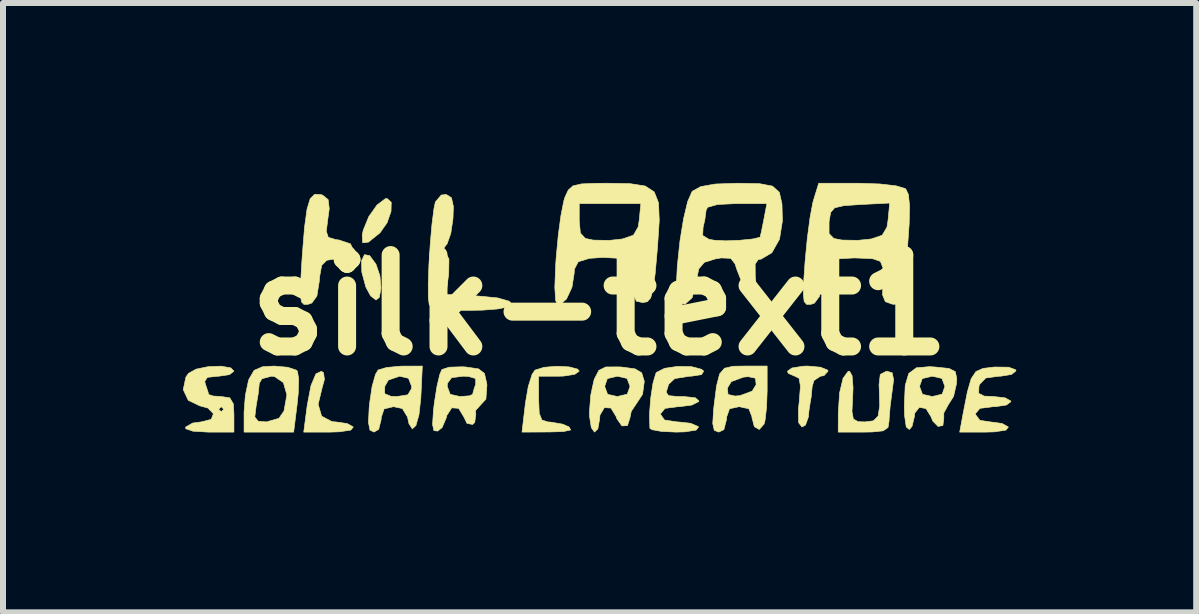
<source format=kicad_pcb>
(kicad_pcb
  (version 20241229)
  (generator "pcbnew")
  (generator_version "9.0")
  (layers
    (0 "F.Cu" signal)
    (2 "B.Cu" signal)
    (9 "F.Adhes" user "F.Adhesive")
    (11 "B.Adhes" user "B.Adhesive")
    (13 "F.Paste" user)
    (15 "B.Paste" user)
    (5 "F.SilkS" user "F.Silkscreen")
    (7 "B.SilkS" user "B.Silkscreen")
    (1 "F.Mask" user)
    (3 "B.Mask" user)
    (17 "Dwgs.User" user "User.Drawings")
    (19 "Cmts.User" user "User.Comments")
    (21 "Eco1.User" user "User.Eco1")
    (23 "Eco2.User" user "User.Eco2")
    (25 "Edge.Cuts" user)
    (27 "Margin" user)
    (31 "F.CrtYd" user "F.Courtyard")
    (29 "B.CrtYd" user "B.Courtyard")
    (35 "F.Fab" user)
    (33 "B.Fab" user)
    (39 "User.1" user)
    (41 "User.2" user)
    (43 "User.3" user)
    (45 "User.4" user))
  (footprint "silk-text1"
    (layer "F.Cu")
    (at 6.946 2.037)
    (property "Reference" "silk-text1" (at 0 0 0) (layer "F.SilkS") (effects (font (size 1.524 1.524) (thickness 0.3))))
    (attr through_hole)
    (fp_poly (pts (xy -3.834 -0.826) (xy -3.728 -0.683) (xy -3.662 -0.489) (xy -3.644 -0.284) (xy -3.672 -0.129) (xy -3.727 -0.085) (xy -3.818 -0.155) (xy -3.897 -0.302) (xy -3.964 -0.551) (xy -3.968 -0.74) (xy -3.92 -0.841) (xy -3.834 -0.826)) (stroke (width 0.01) (type solid)) (fill yes) (layer "F.SilkS"))
    (fp_poly (pts (xy -3.473 -1.714) (xy -3.477 -1.561) (xy -3.543 -1.373) (xy -3.659 -1.208) (xy -3.667 -1.2) (xy -3.854 -1.05) (xy -3.949 -1.039) (xy -3.957 -1.168) (xy -3.94 -1.249) (xy -3.847 -1.476) (xy -3.711 -1.669) (xy -3.573 -1.773) (xy -3.543 -1.778) (xy -3.473 -1.714)) (stroke (width 0.01) (type solid)) (fill yes) (layer "F.SilkS"))
    (fp_poly (pts (xy -4.602 1.127) (xy -4.587 1.24) (xy -4.625 1.375) (xy -4.692 1.654) (xy -4.634 1.851) (xy -4.461 1.943) (xy -4.402 1.947) (xy -4.208 1.974) (xy -4.106 2.032) (xy -4.149 2.084) (xy -4.338 2.112) (xy -4.493 2.117) (xy -4.932 2.117) (xy -4.874 1.672) (xy -4.811 1.341) (xy -4.729 1.146) (xy -4.637 1.103) (xy -4.602 1.127)) (stroke (width 0.01) (type solid)) (fill yes) (layer "F.SilkS"))
    (fp_poly (pts (xy -0.507 1.03) (xy -0.365 1.067) (xy -0.339 1.101) (xy -0.414 1.154) (xy -0.601 1.183) (xy -0.677 1.185) (xy -1.016 1.185) (xy -1.016 1.566) (xy -1.006 1.803) (xy -0.962 1.915) (xy -0.861 1.948) (xy -0.826 1.949) (xy -0.613 1.985) (xy -0.508 2.032) (xy -0.482 2.081) (xy -0.603 2.108) (xy -0.837 2.115) (xy -1.293 2.117) (xy -1.236 1.633) (xy -1.189 1.359) (xy -1.125 1.155) (xy -1.077 1.084) (xy -0.926 1.037) (xy -0.715 1.019) (xy -0.507 1.03)) (stroke (width 0.01) (type solid)) (fill yes) (layer "F.SilkS"))
    (fp_poly (pts (xy 3.683 1.035) (xy 3.801 1.082) (xy 3.81 1.101) (xy 3.741 1.176) (xy 3.683 1.185) (xy 3.575 1.256) (xy 3.545 1.355) (xy 3.527 1.538) (xy 3.514 1.609) (xy 3.491 1.76) (xy 3.482 1.863) (xy 3.433 2) (xy 3.375 2.032) (xy 3.319 1.961) (xy 3.315 1.742) (xy 3.329 1.609) (xy 3.349 1.35) (xy 3.327 1.221) (xy 3.257 1.185) (xy 3.256 1.185) (xy 3.146 1.138) (xy 3.133 1.101) (xy 3.208 1.048) (xy 3.395 1.018) (xy 3.471 1.016) (xy 3.683 1.035)) (stroke (width 0.01) (type solid)) (fill yes) (layer "F.SilkS"))
    (fp_poly (pts (xy -4.645 -1.843) (xy -4.613 -1.831) (xy -4.525 -1.759) (xy -4.507 -1.608) (xy -4.529 -1.445) (xy -4.556 -1.231) (xy -4.523 -1.131) (xy -4.403 -1.093) (xy -4.346 -1.086) (xy -4.153 -1.022) (xy -4.106 -0.921) (xy -4.198 -0.824) (xy -4.377 -0.778) (xy -4.549 -0.747) (xy -4.633 -0.663) (xy -4.667 -0.476) (xy -4.673 -0.398) (xy -4.713 -0.152) (xy -4.796 -0.036) (xy -4.857 -0.014) (xy -4.927 -0.011) (xy -4.969 -0.053) (xy -4.987 -0.17) (xy -4.983 -0.391) (xy -4.962 -0.743) (xy -4.954 -0.86) (xy -4.918 -1.304) (xy -4.877 -1.601) (xy -4.824 -1.775) (xy -4.749 -1.848) (xy -4.645 -1.843)) (stroke (width 0.01) (type solid)) (fill yes) (layer "F.SilkS"))
    (fp_poly (pts (xy -5.199 1.036) (xy -5.053 1.085) (xy -5.037 1.102) (xy -5.017 1.229) (xy -5.023 1.463) (xy -5.042 1.652) (xy -5.1 2.117) (xy -5.927 2.117) (xy -5.927 1.865) (xy -5.748 1.865) (xy -5.691 1.936) (xy -5.554 1.947) (xy -5.345 1.887) (xy -5.261 1.765) (xy -5.213 1.496) (xy -5.271 1.292) (xy -5.42 1.19) (xy -5.471 1.185) (xy -5.628 1.227) (xy -5.673 1.302) (xy -5.689 1.464) (xy -5.726 1.683) (xy -5.748 1.865) (xy -5.927 1.865) (xy -5.927 1.784) (xy -5.905 1.503) (xy -5.853 1.257) (xy -5.844 1.233) (xy -5.76 1.088) (xy -5.618 1.027) (xy -5.426 1.016) (xy -5.199 1.036)) (stroke (width 0.01) (type solid)) (fill yes) (layer "F.SilkS"))
    (fp_poly (pts (xy 4.879 1.129) (xy 4.902 1.243) (xy 4.88 1.418) (xy 4.845 1.683) (xy 4.827 1.908) (xy 4.827 1.926) (xy 4.809 2.04) (xy 4.728 2.096) (xy 4.542 2.115) (xy 4.403 2.117) (xy 3.979 2.117) (xy 3.98 1.799) (xy 4.002 1.461) (xy 4.06 1.219) (xy 4.144 1.105) (xy 4.167 1.101) (xy 4.21 1.177) (xy 4.226 1.376) (xy 4.22 1.524) (xy 4.208 1.774) (xy 4.231 1.899) (xy 4.31 1.943) (xy 4.424 1.947) (xy 4.566 1.929) (xy 4.644 1.85) (xy 4.671 1.677) (xy 4.662 1.374) (xy 4.659 1.333) (xy 4.68 1.155) (xy 4.785 1.101) (xy 4.788 1.101) (xy 4.879 1.129)) (stroke (width 0.01) (type solid)) (fill yes) (layer "F.SilkS"))
    (fp_poly (pts (xy -2.469 -1.79) (xy -2.437 -1.643) (xy -2.444 -1.439) (xy -2.481 -1.193) (xy -2.542 -1.022) (xy -2.569 -0.988) (xy -2.622 -0.915) (xy -2.57 -0.878) (xy -2.511 -0.767) (xy -2.515 -0.526) (xy -2.517 -0.508) (xy -2.561 -0.178) (xy -2.028 -0.152) (xy -1.703 -0.121) (xy -1.507 -0.065) (xy -1.46 -0.021) (xy -1.518 0.029) (xy -1.699 0.064) (xy -1.956 0.084) (xy -2.245 0.088) (xy -2.518 0.075) (xy -2.732 0.045) (xy -2.838 -0.003) (xy -2.839 -0.004) (xy -2.855 -0.121) (xy -2.856 -0.359) (xy -2.845 -0.673) (xy -2.823 -1.016) (xy -2.795 -1.341) (xy -2.762 -1.601) (xy -2.738 -1.719) (xy -2.64 -1.835) (xy -2.556 -1.845) (xy -2.469 -1.79)) (stroke (width 0.01) (type solid)) (fill yes) (layer "F.SilkS"))
    (fp_poly (pts (xy 6.819 1.035) (xy 6.936 1.077) (xy 6.943 1.096) (xy 6.868 1.156) (xy 6.687 1.185) (xy 6.656 1.185) (xy 6.439 1.215) (xy 6.337 1.319) (xy 6.325 1.355) (xy 6.32 1.47) (xy 6.413 1.517) (xy 6.57 1.524) (xy 6.762 1.546) (xy 6.856 1.599) (xy 6.858 1.609) (xy 6.784 1.665) (xy 6.601 1.693) (xy 6.562 1.693) (xy 6.342 1.721) (xy 6.266 1.809) (xy 6.265 1.82) (xy 6.341 1.921) (xy 6.514 1.947) (xy 6.71 1.973) (xy 6.816 2.032) (xy 6.774 2.084) (xy 6.584 2.113) (xy 6.436 2.117) (xy 6.004 2.117) (xy 6.063 1.799) (xy 6.132 1.447) (xy 6.195 1.228) (xy 6.275 1.108) (xy 6.393 1.055) (xy 6.575 1.033) (xy 6.588 1.032) (xy 6.819 1.035)) (stroke (width 0.01) (type solid)) (fill yes) (layer "F.SilkS"))
    (fp_poly (pts (xy -2.98 1.545) (xy -3.011 1.828) (xy -3.062 2.007) (xy -3.121 2.063) (xy -3.177 1.979) (xy -3.202 1.866) (xy -3.288 1.724) (xy -3.435 1.693) (xy -3.592 1.73) (xy -3.64 1.871) (xy -3.641 1.905) (xy -3.683 2.072) (xy -3.762 2.117) (xy -3.828 2.083) (xy -3.853 1.958) (xy -3.841 1.709) (xy -3.833 1.63) (xy -3.81 1.476) (xy -3.584 1.476) (xy -3.478 1.52) (xy -3.379 1.524) (xy -3.196 1.495) (xy -3.134 1.39) (xy -3.133 1.355) (xy -3.185 1.22) (xy -3.334 1.185) (xy -3.521 1.249) (xy -3.581 1.355) (xy -3.584 1.476) (xy -3.81 1.476) (xy -3.792 1.355) (xy -3.735 1.152) (xy -3.691 1.081) (xy -3.551 1.04) (xy -3.323 1.018) (xy -3.277 1.017) (xy -2.955 1.016) (xy -2.98 1.545)) (stroke (width 0.01) (type solid)) (fill yes) (layer "F.SilkS"))
    (fp_poly (pts (xy 5.596 1.032) (xy 5.827 1.056) (xy 5.931 1.109) (xy 5.955 1.224) (xy 5.95 1.312) (xy 5.902 1.522) (xy 5.82 1.65) (xy 5.739 1.798) (xy 5.739 1.884) (xy 5.724 2.008) (xy 5.643 2.022) (xy 5.554 1.932) (xy 5.528 1.863) (xy 5.442 1.725) (xy 5.331 1.704) (xy 5.255 1.8) (xy 5.249 1.858) (xy 5.21 2.02) (xy 5.165 2.074) (xy 5.113 2.032) (xy 5.085 1.841) (xy 5.081 1.677) (xy 5.095 1.355) (xy 5.334 1.355) (xy 5.384 1.487) (xy 5.546 1.524) (xy 5.712 1.484) (xy 5.757 1.355) (xy 5.708 1.222) (xy 5.546 1.185) (xy 5.38 1.225) (xy 5.334 1.355) (xy 5.095 1.355) (xy 5.096 1.339) (xy 5.155 1.139) (xy 5.282 1.045) (xy 5.501 1.026) (xy 5.596 1.032)) (stroke (width 0.01) (type solid)) (fill yes) (layer "F.SilkS"))
    (fp_poly (pts (xy 2.794 1.432) (xy 2.784 1.705) (xy 2.759 1.921) (xy 2.743 1.982) (xy 2.663 2.073) (xy 2.581 2.028) (xy 2.54 1.872) (xy 2.54 1.858) (xy 2.488 1.728) (xy 2.328 1.693) (xy 2.167 1.728) (xy 2.118 1.866) (xy 2.117 1.905) (xy 2.072 2.076) (xy 1.987 2.117) (xy 1.913 2.088) (xy 1.887 1.976) (xy 1.901 1.743) (xy 1.909 1.672) (xy 1.946 1.382) (xy 2.131 1.382) (xy 2.142 1.49) (xy 2.26 1.516) (xy 2.341 1.509) (xy 2.544 1.434) (xy 2.61 1.327) (xy 2.6 1.219) (xy 2.481 1.193) (xy 2.4 1.2) (xy 2.197 1.275) (xy 2.131 1.382) (xy 1.946 1.382) (xy 1.951 1.344) (xy 2.001 1.148) (xy 2.083 1.052) (xy 2.226 1.019) (xy 2.41 1.016) (xy 2.794 1.016) (xy 2.794 1.432)) (stroke (width 0.01) (type solid)) (fill yes) (layer "F.SilkS"))
    (fp_poly (pts (xy 0.36 1.032) (xy 0.59 1.062) (xy 0.702 1.128) (xy 0.743 1.261) (xy 0.745 1.277) (xy 0.717 1.486) (xy 0.639 1.605) (xy 0.528 1.772) (xy 0.508 1.873) (xy 0.465 2.009) (xy 0.373 2.014) (xy 0.287 1.892) (xy 0.279 1.863) (xy 0.19 1.716) (xy 0.08 1.709) (xy 0.006 1.834) (xy 0 1.905) (xy -0.029 2.064) (xy -0.085 2.117) (xy -0.138 2.042) (xy -0.167 1.855) (xy -0.169 1.784) (xy -0.147 1.501) (xy -0.116 1.355) (xy 0.085 1.355) (xy 0.134 1.487) (xy 0.296 1.524) (xy 0.462 1.484) (xy 0.508 1.355) (xy 0.458 1.222) (xy 0.296 1.185) (xy 0.13 1.225) (xy 0.085 1.355) (xy -0.116 1.355) (xy -0.093 1.252) (xy -0.085 1.228) (xy -0.012 1.088) (xy 0.104 1.031) (xy 0.319 1.03) (xy 0.36 1.032)) (stroke (width 0.01) (type solid)) (fill yes) (layer "F.SilkS"))
    (fp_poly (pts (xy -6.149 1.046) (xy -6.096 1.101) (xy -6.17 1.159) (xy -6.348 1.185) (xy -6.359 1.185) (xy -6.539 1.204) (xy -6.583 1.274) (xy -6.571 1.319) (xy -6.526 1.454) (xy -6.519 1.489) (xy -6.447 1.515) (xy -6.308 1.524) (xy -6.165 1.546) (xy -6.106 1.646) (xy -6.096 1.82) (xy -6.096 2.117) (xy -6.524 2.117) (xy -6.779 2.102) (xy -6.899 2.061) (xy -6.9 2.032) (xy -6.784 1.966) (xy -6.641 1.947) (xy -6.475 1.905) (xy -6.438 1.811) (xy -6.51 1.736) (xy -6.35 1.736) (xy -6.308 1.778) (xy -6.265 1.736) (xy -6.308 1.693) (xy -6.35 1.736) (xy -6.51 1.736) (xy -6.527 1.717) (xy -6.668 1.678) (xy -6.857 1.587) (xy -6.941 1.409) (xy -6.897 1.201) (xy -6.854 1.138) (xy -6.726 1.067) (xy -6.525 1.026) (xy -6.312 1.018) (xy -6.149 1.046)) (stroke (width 0.01) (type solid)) (fill yes) (layer "F.SilkS"))
    (fp_poly (pts (xy 1.534 1.026) (xy 1.701 1.07) (xy 1.736 1.101) (xy 1.7 1.159) (xy 1.529 1.185) (xy 1.496 1.185) (xy 1.252 1.225) (xy 1.152 1.319) (xy 1.111 1.452) (xy 1.15 1.509) (xy 1.307 1.524) (xy 1.402 1.524) (xy 1.595 1.544) (xy 1.656 1.597) (xy 1.651 1.609) (xy 1.538 1.666) (xy 1.333 1.693) (xy 1.307 1.693) (xy 1.09 1.722) (xy 1.016 1.812) (xy 1.016 1.82) (xy 1.081 1.915) (xy 1.289 1.947) (xy 1.307 1.947) (xy 1.518 1.97) (xy 1.645 2.025) (xy 1.651 2.032) (xy 1.609 2.084) (xy 1.42 2.113) (xy 1.275 2.117) (xy 1.03 2.105) (xy 0.871 2.076) (xy 0.839 2.053) (xy 0.832 1.828) (xy 0.852 1.556) (xy 0.89 1.304) (xy 0.938 1.14) (xy 0.949 1.122) (xy 1.085 1.053) (xy 1.304 1.021) (xy 1.534 1.026)) (stroke (width 0.01) (type solid)) (fill yes) (layer "F.SilkS"))
    (fp_poly (pts (xy -2.234 1.031) (xy -2.018 1.063) (xy -1.919 1.139) (xy -1.881 1.307) (xy -1.878 1.334) (xy -1.895 1.568) (xy -1.979 1.659) (xy -2.068 1.757) (xy -2.063 1.819) (xy -2.081 1.955) (xy -2.117 1.99) (xy -2.211 1.971) (xy -2.259 1.871) (xy -2.349 1.721) (xy -2.464 1.712) (xy -2.548 1.841) (xy -2.555 1.877) (xy -2.625 2.041) (xy -2.699 2.1) (xy -2.762 2.092) (xy -2.784 1.991) (xy -2.77 1.767) (xy -2.756 1.641) (xy -2.712 1.362) (xy -2.711 1.355) (xy -2.54 1.355) (xy -2.49 1.487) (xy -2.328 1.524) (xy -2.169 1.512) (xy -2.117 1.489) (xy -2.09 1.389) (xy -2.065 1.319) (xy -2.066 1.224) (xy -2.189 1.188) (xy -2.277 1.185) (xy -2.467 1.21) (xy -2.536 1.303) (xy -2.54 1.355) (xy -2.711 1.355) (xy -2.663 1.153) (xy -2.629 1.074) (xy -2.508 1.035) (xy -2.293 1.028) (xy -2.234 1.031)) (stroke (width 0.01) (type solid)) (fill yes) (layer "F.SilkS"))
    (fp_poly (pts (xy 0.51 -2.025) (xy 0.76 -1.986) (xy 0.911 -1.888) (xy 0.983 -1.706) (xy 0.995 -1.412) (xy 0.967 -0.98) (xy 0.961 -0.907) (xy 0.926 -0.516) (xy 0.892 -0.264) (xy 0.852 -0.121) (xy 0.797 -0.057) (xy 0.72 -0.042) (xy 0.613 -0.066) (xy 0.57 -0.168) (xy 0.572 -0.391) (xy 0.572 -0.392) (xy 0.576 -0.616) (xy 0.53 -0.724) (xy 0.402 -0.77) (xy 0.339 -0.78) (xy 0.054 -0.795) (xy -0.169 -0.78) (xy -0.355 -0.723) (xy -0.42 -0.599) (xy -0.423 -0.535) (xy -0.46 -0.298) (xy -0.552 -0.101) (xy -0.668 -0.003) (xy -0.689 0) (xy -0.732 -0.073) (xy -0.746 -0.297) (xy -0.731 -0.68) (xy -0.724 -0.783) (xy -0.689 -1.159) (xy -0.644 -1.495) (xy -0.605 -1.693) (xy -0.339 -1.693) (xy -0.339 -1.403) (xy -0.32 -1.202) (xy -0.238 -1.112) (xy -0.106 -1.084) (xy 0.159 -1.079) (xy 0.381 -1.103) (xy 0.565 -1.166) (xy 0.644 -1.304) (xy 0.662 -1.421) (xy 0.688 -1.693) (xy -0.339 -1.693) (xy -0.605 -1.693) (xy -0.596 -1.738) (xy -0.577 -1.799) (xy -0.522 -1.918) (xy -0.444 -1.988) (xy -0.302 -2.021) (xy -0.055 -2.031) (xy 0.143 -2.032) (xy 0.51 -2.025)) (stroke (width 0.01) (type solid)) (fill yes) (layer "F.SilkS"))
    (fp_poly (pts (xy 4.673 -2.02) (xy 4.944 -1.989) (xy 5.096 -1.943) (xy 5.105 -1.937) (xy 5.149 -1.844) (xy 5.168 -1.659) (xy 5.162 -1.357) (xy 5.131 -0.916) (xy 5.096 -0.511) (xy 5.064 -0.247) (xy 5.028 -0.095) (xy 4.98 -0.026) (xy 4.912 -0.013) (xy 4.877 -0.017) (xy 4.764 -0.058) (xy 4.719 -0.168) (xy 4.721 -0.396) (xy 4.725 -0.621) (xy 4.682 -0.729) (xy 4.563 -0.771) (xy 4.509 -0.777) (xy 4.247 -0.787) (xy 4.005 -0.774) (xy 3.831 -0.74) (xy 3.748 -0.654) (xy 3.714 -0.463) (xy 3.709 -0.394) (xy 3.668 -0.149) (xy 3.583 -0.034) (xy 3.527 -0.014) (xy 3.453 -0.012) (xy 3.411 -0.06) (xy 3.397 -0.19) (xy 3.406 -0.433) (xy 3.427 -0.733) (xy 3.463 -1.109) (xy 3.499 -1.382) (xy 3.826 -1.382) (xy 3.826 -1.193) (xy 3.905 -1.111) (xy 4.038 -1.085) (xy 4.307 -1.08) (xy 4.53 -1.103) (xy 4.712 -1.165) (xy 4.792 -1.301) (xy 4.811 -1.426) (xy 4.837 -1.702) (xy 4.345 -1.677) (xy 4.069 -1.658) (xy 3.919 -1.622) (xy 3.853 -1.546) (xy 3.828 -1.404) (xy 3.826 -1.382) (xy 3.499 -1.382) (xy 3.508 -1.453) (xy 3.555 -1.706) (xy 3.569 -1.757) (xy 3.654 -2.032) (xy 4.328 -2.032) (xy 4.673 -2.02)) (stroke (width 0.01) (type solid)) (fill yes) (layer "F.SilkS"))
    (fp_poly (pts (xy 2.666 -2.025) (xy 2.883 -1.984) (xy 2.997 -1.881) (xy 3.041 -1.687) (xy 3.048 -1.403) (xy 3 -1.099) (xy 2.872 -0.873) (xy 2.691 -0.766) (xy 2.647 -0.762) (xy 2.594 -0.685) (xy 2.596 -0.469) (xy 2.602 -0.423) (xy 2.617 -0.174) (xy 2.582 -0.075) (xy 2.509 -0.116) (xy 2.408 -0.29) (xy 2.291 -0.588) (xy 2.258 -0.689) (xy 2.187 -0.78) (xy 2.028 -0.787) (xy 1.932 -0.771) (xy 1.746 -0.713) (xy 1.654 -0.604) (xy 1.609 -0.384) (xy 1.609 -0.379) (xy 1.544 -0.124) (xy 1.428 -0.018) (xy 1.418 -0.016) (xy 1.309 -0.036) (xy 1.275 -0.176) (xy 1.275 -0.227) (xy 1.296 -0.648) (xy 1.34 -1.065) (xy 1.355 -1.161) (xy 1.719 -1.161) (xy 1.825 -1.097) (xy 1.918 -1.081) (xy 2.104 -1.072) (xy 2.337 -1.081) (xy 2.549 -1.102) (xy 2.67 -1.13) (xy 2.676 -1.134) (xy 2.696 -1.214) (xy 2.733 -1.396) (xy 2.737 -1.418) (xy 2.79 -1.693) (xy 2.284 -1.693) (xy 1.966 -1.678) (xy 1.804 -1.632) (xy 1.777 -1.587) (xy 1.755 -1.423) (xy 1.726 -1.298) (xy 1.719 -1.161) (xy 1.355 -1.161) (xy 1.4 -1.438) (xy 1.469 -1.727) (xy 1.541 -1.891) (xy 1.548 -1.899) (xy 1.686 -1.976) (xy 1.928 -2.019) (xy 2.306 -2.032) (xy 2.313 -2.032) (xy 2.666 -2.025)) (stroke (width 0.01) (type solid)) (fill yes) (layer "F.SilkS")))
  (gr_rect
    (start -3 -3)
    (end 16.893 7.159)
    (stroke (width 0.1) (type default))
    (fill no)
    (layer "Edge.Cuts")))
</source>
